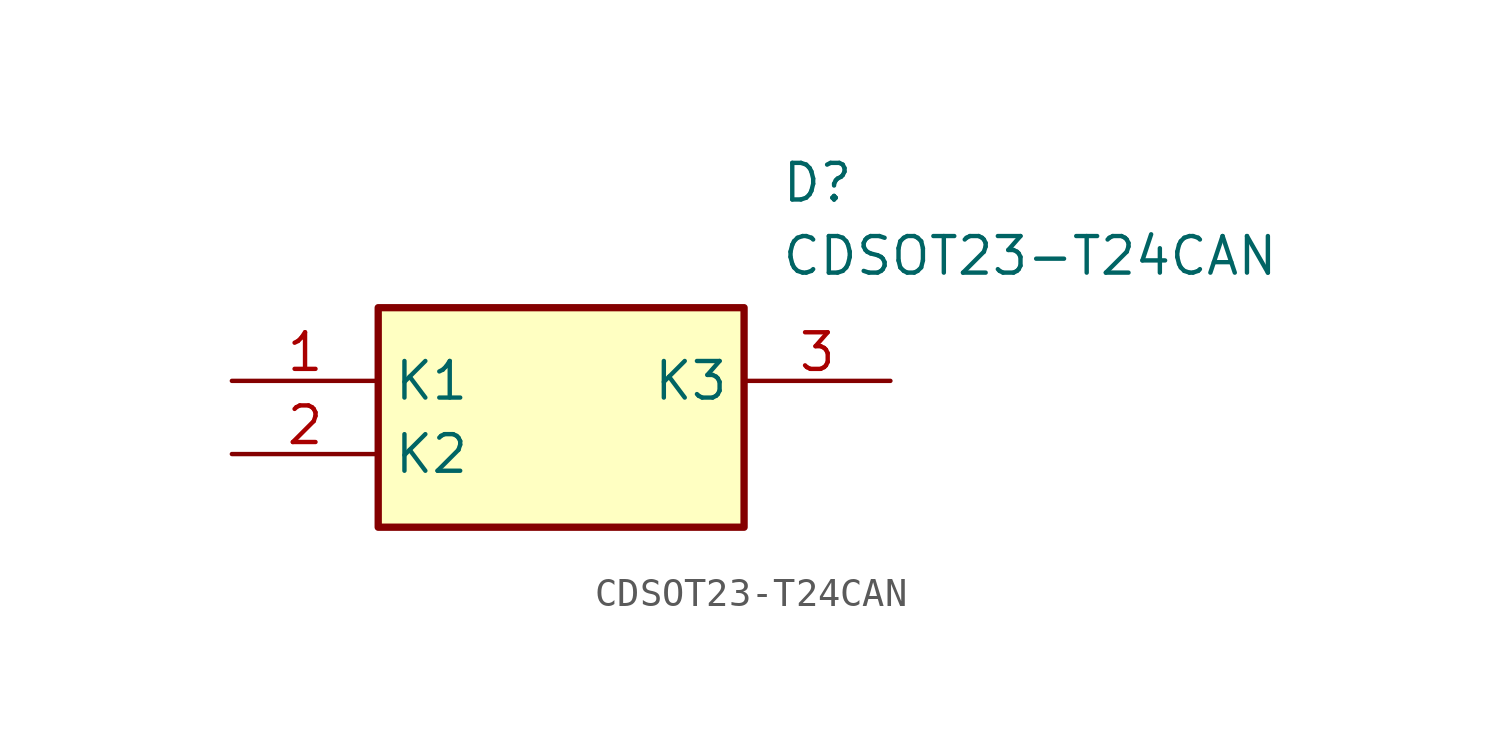
<source format=kicad_sym>
(kicad_symbol_lib
  (version 20211014)
  (generator SamacSys_ECAD_Model)
  (symbol "CDSOT23-T24CAN"
    (property "Reference" "D"
      (at 19.05 7.62 0)
      (effects (font (size 1.27 1.27)) (justify left top)))
    (property "Value" "CDSOT23-T24CAN"
      (at 19.05 5.08 0)
      (effects (font (size 1.27 1.27)) (justify left top)))
    (rectangle
      (start 5.08 2.54)
      (end 17.78 -5.08)
      (stroke (width 0.254) (type default))
      (fill (type background)))
    (pin passive line
      (at 0 0 0)
      (length 5.08)
      (name "K1" (effects (font (size 1.27 1.27))))
      (number "1" (effects (font (size 1.27 1.27)))))
    (pin passive line
      (at 0 -2.54 0)
      (length 5.08)
      (name "K2" (effects (font (size 1.27 1.27))))
      (number "2" (effects (font (size 1.27 1.27)))))
    (pin passive line
      (at 22.86 0 180)
      (length 5.08)
      (name "K3" (effects (font (size 1.27 1.27))))
      (number "3" (effects (font (size 1.27 1.27)))))))
</source>
